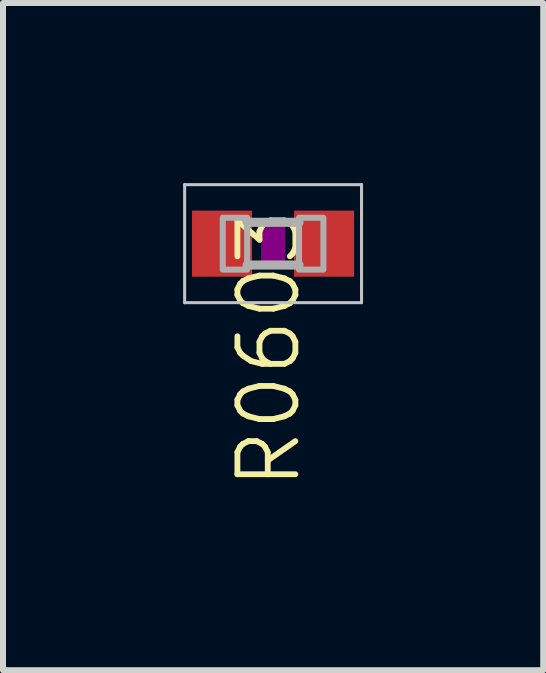
<source format=kicad_pcb>
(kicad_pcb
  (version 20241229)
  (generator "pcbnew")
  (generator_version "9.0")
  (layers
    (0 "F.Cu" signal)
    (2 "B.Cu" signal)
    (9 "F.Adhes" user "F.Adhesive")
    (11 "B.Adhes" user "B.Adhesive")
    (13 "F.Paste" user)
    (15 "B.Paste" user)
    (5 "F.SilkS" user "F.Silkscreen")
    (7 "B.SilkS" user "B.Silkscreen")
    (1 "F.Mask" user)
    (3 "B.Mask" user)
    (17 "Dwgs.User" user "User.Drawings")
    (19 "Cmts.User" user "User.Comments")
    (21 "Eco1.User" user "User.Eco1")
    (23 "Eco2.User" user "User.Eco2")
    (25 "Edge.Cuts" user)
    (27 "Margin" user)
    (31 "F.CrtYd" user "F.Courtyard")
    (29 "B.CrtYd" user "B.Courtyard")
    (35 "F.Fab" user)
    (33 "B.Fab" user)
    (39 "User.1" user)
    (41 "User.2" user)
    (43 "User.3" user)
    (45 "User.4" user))
  (footprint "R0603"
    (layer "F.Cu")
    (at 1.498 1.008)
    (property "Reference" "R0603" (at -0.635 -0.635 90) (layer "F.SilkS") (effects (font (size 0.965 0.965) (thickness 0.097)) (justify right top)))
    (attr smd)
    (fp_poly (pts (xy -0.2 0.4) (xy 0.2 0.4) (xy 0.2 -0.4) (xy -0.2 -0.4)) (stroke (width 0) (type solid)) (fill yes) (layer "F.Adhes"))
    (fp_line (start -1.473 -0.983) (end 1.473 -0.983) (stroke (width 0.051) (type solid)) (layer "Dwgs.User"))
    (fp_line (start -1.473 0.983) (end -1.473 -0.983) (stroke (width 0.051) (type solid)) (layer "Dwgs.User"))
    (fp_line (start 1.473 -0.983) (end 1.473 0.983) (stroke (width 0.051) (type solid)) (layer "Dwgs.User"))
    (fp_line (start 1.473 0.983) (end -1.473 0.983) (stroke (width 0.051) (type solid)) (layer "Dwgs.User"))
    (fp_line (start -0.432 0.356) (end 0.432 0.356) (stroke (width 0.152) (type solid)) (layer "F.Fab"))
    (fp_line (start 0.432 -0.356) (end -0.432 -0.356) (stroke (width 0.152) (type solid)) (layer "F.Fab"))
    (fp_poly (pts (xy -0.838 0.432) (xy -0.432 0.432) (xy -0.432 -0.432) (xy -0.838 -0.432)) (stroke (width 0.1) (type solid)) (fill no) (layer "F.Fab"))
    (fp_poly (pts (xy 0.432 0.432) (xy 0.838 0.432) (xy 0.838 -0.432) (xy 0.432 -0.432)) (stroke (width 0.1) (type solid)) (fill no) (layer "F.Fab"))
    (pad "1" smd rect (at -0.85 0) (size 1 1.1) (layers "F.Cu" "F.Mask" "F.Paste"))
    (pad "2" smd rect (at 0.85 0) (size 1 1.1) (layers "F.Cu" "F.Mask" "F.Paste")))
  (gr_rect
    (start -3 -3)
    (end 5.997 8.112)
    (stroke (width 0.1) (type default))
    (fill no)
    (layer "Edge.Cuts")))
</source>
